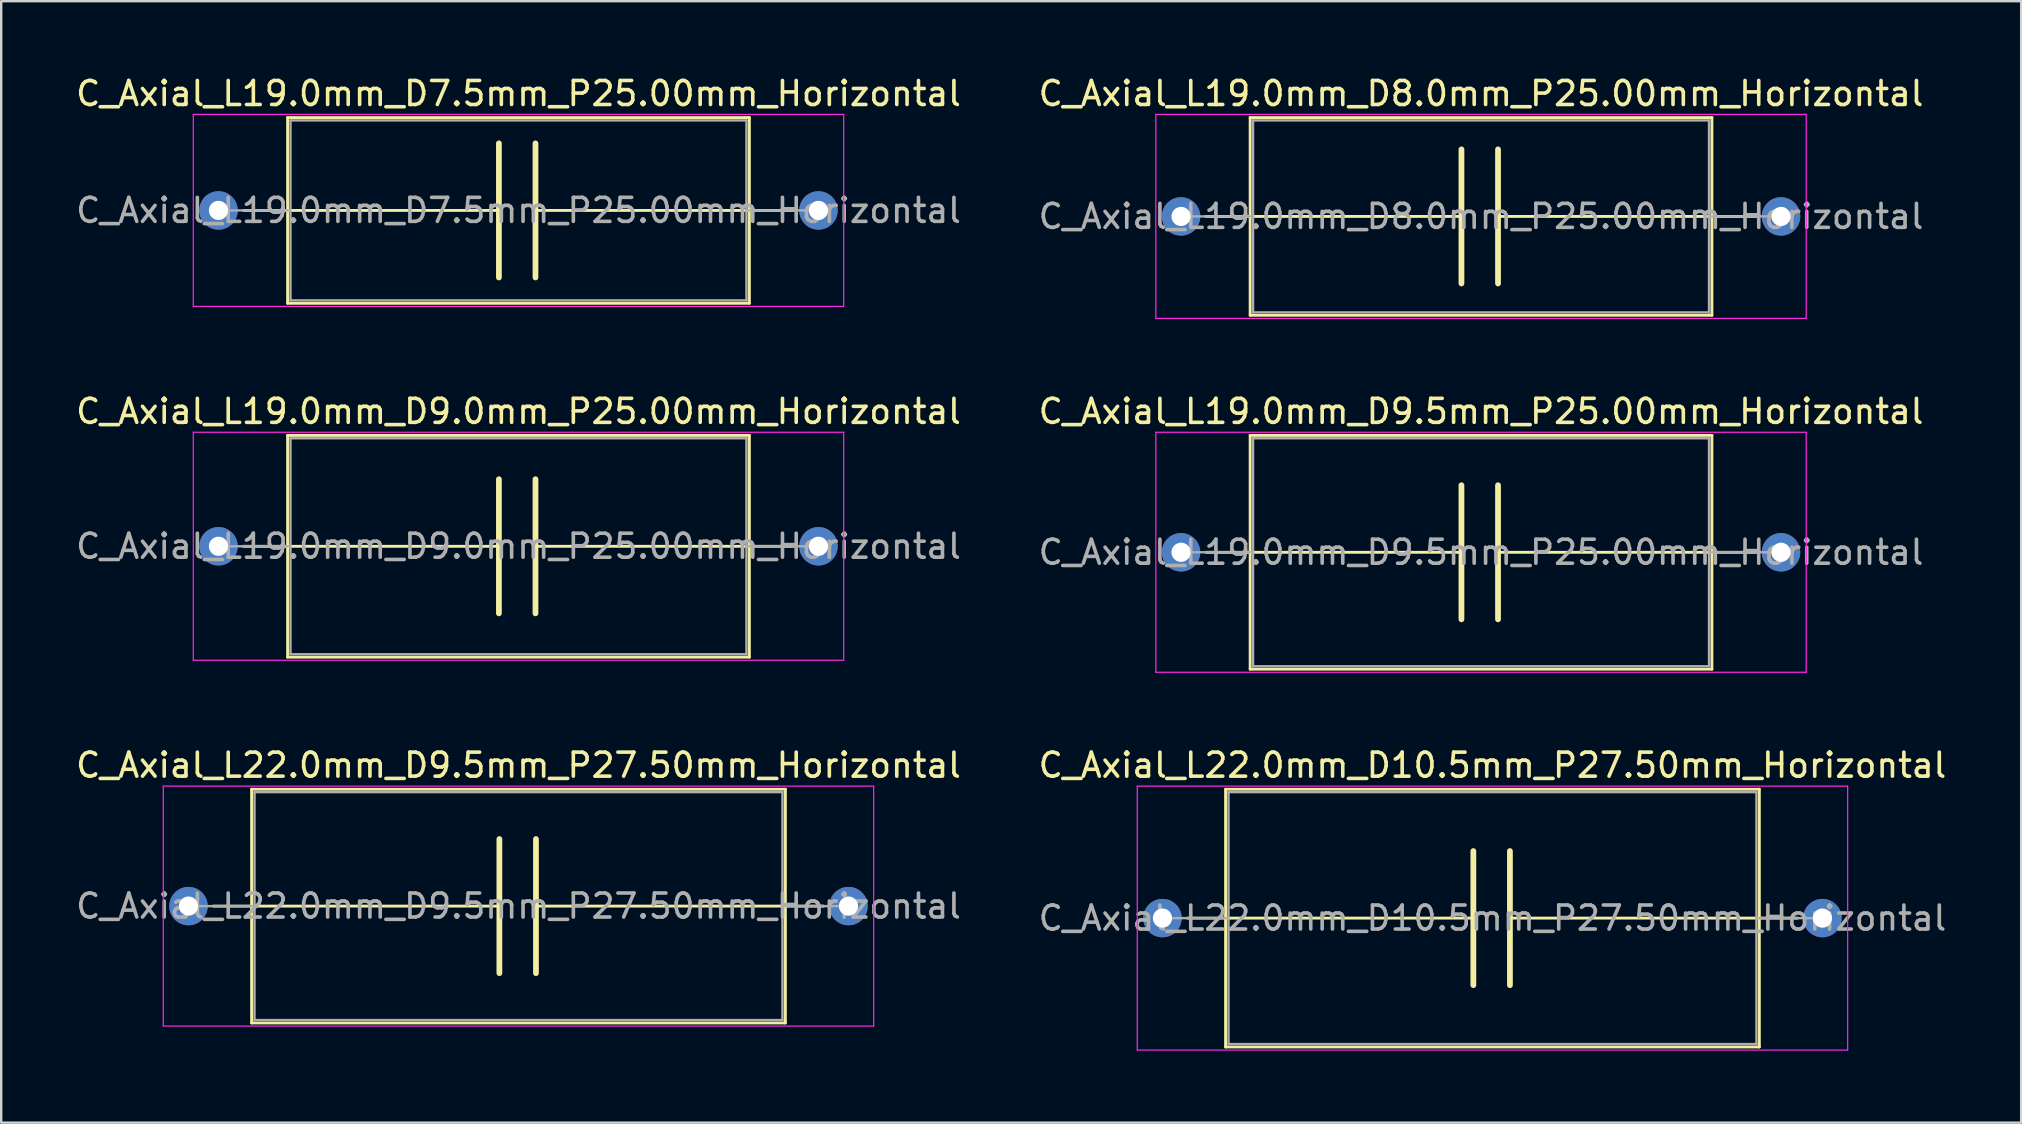
<source format=kicad_pcb>
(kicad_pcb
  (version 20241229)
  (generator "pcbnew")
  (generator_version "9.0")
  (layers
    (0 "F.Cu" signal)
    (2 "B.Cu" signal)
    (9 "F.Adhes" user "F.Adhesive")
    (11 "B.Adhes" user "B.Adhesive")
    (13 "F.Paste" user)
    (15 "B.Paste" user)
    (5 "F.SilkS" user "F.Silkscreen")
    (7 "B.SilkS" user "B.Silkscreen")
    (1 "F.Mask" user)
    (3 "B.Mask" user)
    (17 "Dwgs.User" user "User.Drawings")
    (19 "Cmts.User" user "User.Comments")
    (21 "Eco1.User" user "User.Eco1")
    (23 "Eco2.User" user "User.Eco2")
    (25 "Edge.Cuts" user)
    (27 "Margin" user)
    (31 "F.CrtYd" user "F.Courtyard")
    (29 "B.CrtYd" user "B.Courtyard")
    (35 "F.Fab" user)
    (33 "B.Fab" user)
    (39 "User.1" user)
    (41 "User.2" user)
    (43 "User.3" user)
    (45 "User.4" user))
  (footprint "C_Axial_L19.0mm_D9.5mm_P25.00mm_Horizontal"
    (layer "F.Cu")
    (at 46.161 19.962)
    (property "Reference" "C_Axial_L19.0mm_D9.5mm_P25.00mm_Horizontal" (at 12.5 -5.87 0) (layer "F.SilkS") (effects (font (size 1 1) (thickness 0.15))))
    (attr through_hole)
    (fp_line (start 1.04 0) (end 2.88 0) (stroke (width 0.12) (type solid)) (layer "F.SilkS"))
    (fp_line (start 2.88 -4.87) (end 2.88 4.87) (stroke (width 0.12) (type solid)) (layer "F.SilkS"))
    (fp_line (start 2.88 0) (end 11.684 0) (stroke (width 0.12) (type solid)) (layer "F.SilkS"))
    (fp_line (start 2.88 4.87) (end 22.12 4.87) (stroke (width 0.12) (type solid)) (layer "F.SilkS"))
    (fp_line (start 11.684 -2.794) (end 11.684 2.794) (stroke (width 0.24) (type solid)) (layer "F.SilkS"))
    (fp_line (start 13.208 2.794) (end 13.208 -2.794) (stroke (width 0.24) (type solid)) (layer "F.SilkS"))
    (fp_line (start 22.12 -4.87) (end 2.88 -4.87) (stroke (width 0.12) (type solid)) (layer "F.SilkS"))
    (fp_line (start 22.12 0) (end 13.208 0) (stroke (width 0.12) (type solid)) (layer "F.SilkS"))
    (fp_line (start 22.12 4.87) (end 22.12 -4.87) (stroke (width 0.12) (type solid)) (layer "F.SilkS"))
    (fp_line (start 23.96 0) (end 22.12 0) (stroke (width 0.12) (type solid)) (layer "F.SilkS"))
    (fp_line (start -1.05 -5) (end -1.05 5) (stroke (width 0.05) (type solid)) (layer "F.CrtYd"))
    (fp_line (start -1.05 5) (end 26.05 5) (stroke (width 0.05) (type solid)) (layer "F.CrtYd"))
    (fp_line (start 26.05 -5) (end -1.05 -5) (stroke (width 0.05) (type solid)) (layer "F.CrtYd"))
    (fp_line (start 26.05 5) (end 26.05 -5) (stroke (width 0.05) (type solid)) (layer "F.CrtYd"))
    (fp_line (start 0 0) (end 3 0) (stroke (width 0.1) (type solid)) (layer "F.Fab"))
    (fp_line (start 3 -4.75) (end 3 4.75) (stroke (width 0.1) (type solid)) (layer "F.Fab"))
    (fp_line (start 3 4.75) (end 22 4.75) (stroke (width 0.1) (type solid)) (layer "F.Fab"))
    (fp_line (start 22 -4.75) (end 3 -4.75) (stroke (width 0.1) (type solid)) (layer "F.Fab"))
    (fp_line (start 22 4.75) (end 22 -4.75) (stroke (width 0.1) (type solid)) (layer "F.Fab"))
    (fp_line (start 25 0) (end 22 0) (stroke (width 0.1) (type solid)) (layer "F.Fab"))
    (fp_text user "${REFERENCE}" (at 12.5 0 0) (layer "F.Fab") (effects (font (size 1 1) (thickness 0.15))))
    (pad "1" thru_hole circle (at 0 0) (size 1.6 1.6) (drill 0.8) (layers "*.Cu" "*.Mask"))
    (pad "2" thru_hole oval (at 25 0) (size 1.6 1.6) (drill 0.8) (layers "*.Cu" "*.Mask")))
  (footprint "C_Axial_L19.0mm_D7.5mm_P25.00mm_Horizontal"
    (layer "F.Cu")
    (at 6.054 5.718)
    (property "Reference" "C_Axial_L19.0mm_D7.5mm_P25.00mm_Horizontal" (at 12.5 -4.87 0) (layer "F.SilkS") (effects (font (size 1 1) (thickness 0.15))))
    (attr through_hole)
    (fp_line (start 1.04 0) (end 2.88 0) (stroke (width 0.12) (type solid)) (layer "F.SilkS"))
    (fp_line (start 2.88 -3.87) (end 2.88 3.87) (stroke (width 0.12) (type solid)) (layer "F.SilkS"))
    (fp_line (start 2.88 0) (end 11.684 0) (stroke (width 0.12) (type solid)) (layer "F.SilkS"))
    (fp_line (start 2.88 3.87) (end 22.12 3.87) (stroke (width 0.12) (type solid)) (layer "F.SilkS"))
    (fp_line (start 11.684 -2.794) (end 11.684 2.794) (stroke (width 0.24) (type solid)) (layer "F.SilkS"))
    (fp_line (start 13.208 2.794) (end 13.208 -2.794) (stroke (width 0.24) (type solid)) (layer "F.SilkS"))
    (fp_line (start 22.12 -3.87) (end 2.88 -3.87) (stroke (width 0.12) (type solid)) (layer "F.SilkS"))
    (fp_line (start 22.12 0) (end 13.208 0) (stroke (width 0.12) (type solid)) (layer "F.SilkS"))
    (fp_line (start 22.12 3.87) (end 22.12 -3.87) (stroke (width 0.12) (type solid)) (layer "F.SilkS"))
    (fp_line (start 23.96 0) (end 22.12 0) (stroke (width 0.12) (type solid)) (layer "F.SilkS"))
    (fp_line (start -1.05 -4) (end -1.05 4) (stroke (width 0.05) (type solid)) (layer "F.CrtYd"))
    (fp_line (start -1.05 4) (end 26.05 4) (stroke (width 0.05) (type solid)) (layer "F.CrtYd"))
    (fp_line (start 26.05 -4) (end -1.05 -4) (stroke (width 0.05) (type solid)) (layer "F.CrtYd"))
    (fp_line (start 26.05 4) (end 26.05 -4) (stroke (width 0.05) (type solid)) (layer "F.CrtYd"))
    (fp_line (start 0 0) (end 3 0) (stroke (width 0.1) (type solid)) (layer "F.Fab"))
    (fp_line (start 3 -3.75) (end 3 3.75) (stroke (width 0.1) (type solid)) (layer "F.Fab"))
    (fp_line (start 3 3.75) (end 22 3.75) (stroke (width 0.1) (type solid)) (layer "F.Fab"))
    (fp_line (start 22 -3.75) (end 3 -3.75) (stroke (width 0.1) (type solid)) (layer "F.Fab"))
    (fp_line (start 22 3.75) (end 22 -3.75) (stroke (width 0.1) (type solid)) (layer "F.Fab"))
    (fp_line (start 25 0) (end 22 0) (stroke (width 0.1) (type solid)) (layer "F.Fab"))
    (fp_text user "${REFERENCE}" (at 12.5 0 0) (layer "F.Fab") (effects (font (size 1 1) (thickness 0.15))))
    (pad "1" thru_hole circle (at 0 0) (size 1.6 1.6) (drill 0.8) (layers "*.Cu" "*.Mask"))
    (pad "2" thru_hole oval (at 25 0) (size 1.6 1.6) (drill 0.8) (layers "*.Cu" "*.Mask")))
  (footprint "C_Axial_L22.0mm_D9.5mm_P27.50mm_Horizontal"
    (layer "F.Cu")
    (at 4.804 34.705)
    (property "Reference" "C_Axial_L22.0mm_D9.5mm_P27.50mm_Horizontal" (at 13.75 -5.87 0) (layer "F.SilkS") (effects (font (size 1 1) (thickness 0.15))))
    (attr through_hole)
    (fp_line (start 1.04 0) (end 2.63 0) (stroke (width 0.12) (type solid)) (layer "F.SilkS"))
    (fp_line (start 2.63 -4.87) (end 2.63 4.87) (stroke (width 0.12) (type solid)) (layer "F.SilkS"))
    (fp_line (start 2.63 0) (end 12.954 0) (stroke (width 0.12) (type solid)) (layer "F.SilkS"))
    (fp_line (start 2.63 4.87) (end 24.87 4.87) (stroke (width 0.12) (type solid)) (layer "F.SilkS"))
    (fp_line (start 12.954 -2.794) (end 12.954 2.794) (stroke (width 0.24) (type solid)) (layer "F.SilkS"))
    (fp_line (start 14.478 2.794) (end 14.478 -2.794) (stroke (width 0.24) (type solid)) (layer "F.SilkS"))
    (fp_line (start 24.87 -4.87) (end 2.63 -4.87) (stroke (width 0.12) (type solid)) (layer "F.SilkS"))
    (fp_line (start 24.87 0) (end 14.478 0) (stroke (width 0.12) (type solid)) (layer "F.SilkS"))
    (fp_line (start 24.87 4.87) (end 24.87 -4.87) (stroke (width 0.12) (type solid)) (layer "F.SilkS"))
    (fp_line (start 26.46 0) (end 24.87 0) (stroke (width 0.12) (type solid)) (layer "F.SilkS"))
    (fp_line (start -1.05 -5) (end -1.05 5) (stroke (width 0.05) (type solid)) (layer "F.CrtYd"))
    (fp_line (start -1.05 5) (end 28.55 5) (stroke (width 0.05) (type solid)) (layer "F.CrtYd"))
    (fp_line (start 28.55 -5) (end -1.05 -5) (stroke (width 0.05) (type solid)) (layer "F.CrtYd"))
    (fp_line (start 28.55 5) (end 28.55 -5) (stroke (width 0.05) (type solid)) (layer "F.CrtYd"))
    (fp_line (start 0 0) (end 2.75 0) (stroke (width 0.1) (type solid)) (layer "F.Fab"))
    (fp_line (start 2.75 -4.75) (end 2.75 4.75) (stroke (width 0.1) (type solid)) (layer "F.Fab"))
    (fp_line (start 2.75 4.75) (end 24.75 4.75) (stroke (width 0.1) (type solid)) (layer "F.Fab"))
    (fp_line (start 24.75 -4.75) (end 2.75 -4.75) (stroke (width 0.1) (type solid)) (layer "F.Fab"))
    (fp_line (start 24.75 4.75) (end 24.75 -4.75) (stroke (width 0.1) (type solid)) (layer "F.Fab"))
    (fp_line (start 27.5 0) (end 24.75 0) (stroke (width 0.1) (type solid)) (layer "F.Fab"))
    (fp_text user "${REFERENCE}" (at 13.75 0 0) (layer "F.Fab") (effects (font (size 1 1) (thickness 0.15))))
    (pad "1" thru_hole circle (at 0 0) (size 1.6 1.6) (drill 0.8) (layers "*.Cu" "*.Mask"))
    (pad "2" thru_hole oval (at 27.5 0) (size 1.6 1.6) (drill 0.8) (layers "*.Cu" "*.Mask")))
  (footprint "C_Axial_L22.0mm_D10.5mm_P27.50mm_Horizontal"
    (layer "F.Cu")
    (at 45.387 35.205)
    (property "Reference" "C_Axial_L22.0mm_D10.5mm_P27.50mm_Horizontal" (at 13.75 -6.37 0) (layer "F.SilkS") (effects (font (size 1 1) (thickness 0.15))))
    (attr through_hole)
    (fp_line (start 1.04 0) (end 2.63 0) (stroke (width 0.12) (type solid)) (layer "F.SilkS"))
    (fp_line (start 2.63 -5.37) (end 2.63 5.37) (stroke (width 0.12) (type solid)) (layer "F.SilkS"))
    (fp_line (start 2.63 0) (end 12.954 0) (stroke (width 0.12) (type solid)) (layer "F.SilkS"))
    (fp_line (start 2.63 5.37) (end 24.87 5.37) (stroke (width 0.12) (type solid)) (layer "F.SilkS"))
    (fp_line (start 12.954 -2.794) (end 12.954 2.794) (stroke (width 0.24) (type solid)) (layer "F.SilkS"))
    (fp_line (start 14.478 2.794) (end 14.478 -2.794) (stroke (width 0.24) (type solid)) (layer "F.SilkS"))
    (fp_line (start 24.87 -5.37) (end 2.63 -5.37) (stroke (width 0.12) (type solid)) (layer "F.SilkS"))
    (fp_line (start 24.87 0) (end 14.478 0) (stroke (width 0.12) (type solid)) (layer "F.SilkS"))
    (fp_line (start 24.87 5.37) (end 24.87 -5.37) (stroke (width 0.12) (type solid)) (layer "F.SilkS"))
    (fp_line (start 26.46 0) (end 24.87 0) (stroke (width 0.12) (type solid)) (layer "F.SilkS"))
    (fp_line (start -1.05 -5.5) (end -1.05 5.5) (stroke (width 0.05) (type solid)) (layer "F.CrtYd"))
    (fp_line (start -1.05 5.5) (end 28.55 5.5) (stroke (width 0.05) (type solid)) (layer "F.CrtYd"))
    (fp_line (start 28.55 -5.5) (end -1.05 -5.5) (stroke (width 0.05) (type solid)) (layer "F.CrtYd"))
    (fp_line (start 28.55 5.5) (end 28.55 -5.5) (stroke (width 0.05) (type solid)) (layer "F.CrtYd"))
    (fp_line (start 0 0) (end 2.75 0) (stroke (width 0.1) (type solid)) (layer "F.Fab"))
    (fp_line (start 2.75 -5.25) (end 2.75 5.25) (stroke (width 0.1) (type solid)) (layer "F.Fab"))
    (fp_line (start 2.75 5.25) (end 24.75 5.25) (stroke (width 0.1) (type solid)) (layer "F.Fab"))
    (fp_line (start 24.75 -5.25) (end 2.75 -5.25) (stroke (width 0.1) (type solid)) (layer "F.Fab"))
    (fp_line (start 24.75 5.25) (end 24.75 -5.25) (stroke (width 0.1) (type solid)) (layer "F.Fab"))
    (fp_line (start 27.5 0) (end 24.75 0) (stroke (width 0.1) (type solid)) (layer "F.Fab"))
    (fp_text user "${REFERENCE}" (at 13.75 0 0) (layer "F.Fab") (effects (font (size 1 1) (thickness 0.15))))
    (pad "1" thru_hole circle (at 0 0) (size 1.6 1.6) (drill 0.8) (layers "*.Cu" "*.Mask"))
    (pad "2" thru_hole oval (at 27.5 0) (size 1.6 1.6) (drill 0.8) (layers "*.Cu" "*.Mask")))
  (footprint "C_Axial_L19.0mm_D8.0mm_P25.00mm_Horizontal"
    (layer "F.Cu")
    (at 46.161 5.968)
    (property "Reference" "C_Axial_L19.0mm_D8.0mm_P25.00mm_Horizontal" (at 12.5 -5.12 0) (layer "F.SilkS") (effects (font (size 1 1) (thickness 0.15))))
    (attr through_hole)
    (fp_line (start 1.04 0) (end 2.88 0) (stroke (width 0.12) (type solid)) (layer "F.SilkS"))
    (fp_line (start 2.88 -4.12) (end 2.88 4.12) (stroke (width 0.12) (type solid)) (layer "F.SilkS"))
    (fp_line (start 2.88 0) (end 11.684 0) (stroke (width 0.12) (type solid)) (layer "F.SilkS"))
    (fp_line (start 2.88 4.12) (end 22.12 4.12) (stroke (width 0.12) (type solid)) (layer "F.SilkS"))
    (fp_line (start 11.684 -2.794) (end 11.684 2.794) (stroke (width 0.24) (type solid)) (layer "F.SilkS"))
    (fp_line (start 13.208 2.794) (end 13.208 -2.794) (stroke (width 0.24) (type solid)) (layer "F.SilkS"))
    (fp_line (start 22.12 -4.12) (end 2.88 -4.12) (stroke (width 0.12) (type solid)) (layer "F.SilkS"))
    (fp_line (start 22.12 0) (end 13.208 0) (stroke (width 0.12) (type solid)) (layer "F.SilkS"))
    (fp_line (start 22.12 4.12) (end 22.12 -4.12) (stroke (width 0.12) (type solid)) (layer "F.SilkS"))
    (fp_line (start 23.96 0) (end 22.12 0) (stroke (width 0.12) (type solid)) (layer "F.SilkS"))
    (fp_line (start -1.05 -4.25) (end -1.05 4.25) (stroke (width 0.05) (type solid)) (layer "F.CrtYd"))
    (fp_line (start -1.05 4.25) (end 26.05 4.25) (stroke (width 0.05) (type solid)) (layer "F.CrtYd"))
    (fp_line (start 26.05 -4.25) (end -1.05 -4.25) (stroke (width 0.05) (type solid)) (layer "F.CrtYd"))
    (fp_line (start 26.05 4.25) (end 26.05 -4.25) (stroke (width 0.05) (type solid)) (layer "F.CrtYd"))
    (fp_line (start 0 0) (end 3 0) (stroke (width 0.1) (type solid)) (layer "F.Fab"))
    (fp_line (start 3 -4) (end 3 4) (stroke (width 0.1) (type solid)) (layer "F.Fab"))
    (fp_line (start 3 4) (end 22 4) (stroke (width 0.1) (type solid)) (layer "F.Fab"))
    (fp_line (start 22 -4) (end 3 -4) (stroke (width 0.1) (type solid)) (layer "F.Fab"))
    (fp_line (start 22 4) (end 22 -4) (stroke (width 0.1) (type solid)) (layer "F.Fab"))
    (fp_line (start 25 0) (end 22 0) (stroke (width 0.1) (type solid)) (layer "F.Fab"))
    (fp_text user "${REFERENCE}" (at 12.5 0 0) (layer "F.Fab") (effects (font (size 1 1) (thickness 0.15))))
    (pad "1" thru_hole circle (at 0 0) (size 1.6 1.6) (drill 0.8) (layers "*.Cu" "*.Mask"))
    (pad "2" thru_hole oval (at 25 0) (size 1.6 1.6) (drill 0.8) (layers "*.Cu" "*.Mask")))
  (footprint "C_Axial_L19.0mm_D9.0mm_P25.00mm_Horizontal"
    (layer "F.Cu")
    (at 6.054 19.712)
    (property "Reference" "C_Axial_L19.0mm_D9.0mm_P25.00mm_Horizontal" (at 12.5 -5.62 0) (layer "F.SilkS") (effects (font (size 1 1) (thickness 0.15))))
    (attr through_hole)
    (fp_line (start 1.04 0) (end 2.88 0) (stroke (width 0.12) (type solid)) (layer "F.SilkS"))
    (fp_line (start 2.88 -4.62) (end 2.88 4.62) (stroke (width 0.12) (type solid)) (layer "F.SilkS"))
    (fp_line (start 2.88 0) (end 11.684 0) (stroke (width 0.12) (type solid)) (layer "F.SilkS"))
    (fp_line (start 2.88 4.62) (end 22.12 4.62) (stroke (width 0.12) (type solid)) (layer "F.SilkS"))
    (fp_line (start 11.684 -2.794) (end 11.684 2.794) (stroke (width 0.24) (type solid)) (layer "F.SilkS"))
    (fp_line (start 13.208 2.794) (end 13.208 -2.794) (stroke (width 0.24) (type solid)) (layer "F.SilkS"))
    (fp_line (start 22.12 -4.62) (end 2.88 -4.62) (stroke (width 0.12) (type solid)) (layer "F.SilkS"))
    (fp_line (start 22.12 0) (end 13.208 0) (stroke (width 0.12) (type solid)) (layer "F.SilkS"))
    (fp_line (start 22.12 4.62) (end 22.12 -4.62) (stroke (width 0.12) (type solid)) (layer "F.SilkS"))
    (fp_line (start 23.96 0) (end 22.12 0) (stroke (width 0.12) (type solid)) (layer "F.SilkS"))
    (fp_line (start -1.05 -4.75) (end -1.05 4.75) (stroke (width 0.05) (type solid)) (layer "F.CrtYd"))
    (fp_line (start -1.05 4.75) (end 26.05 4.75) (stroke (width 0.05) (type solid)) (layer "F.CrtYd"))
    (fp_line (start 26.05 -4.75) (end -1.05 -4.75) (stroke (width 0.05) (type solid)) (layer "F.CrtYd"))
    (fp_line (start 26.05 4.75) (end 26.05 -4.75) (stroke (width 0.05) (type solid)) (layer "F.CrtYd"))
    (fp_line (start 0 0) (end 3 0) (stroke (width 0.1) (type solid)) (layer "F.Fab"))
    (fp_line (start 3 -4.5) (end 3 4.5) (stroke (width 0.1) (type solid)) (layer "F.Fab"))
    (fp_line (start 3 4.5) (end 22 4.5) (stroke (width 0.1) (type solid)) (layer "F.Fab"))
    (fp_line (start 22 -4.5) (end 3 -4.5) (stroke (width 0.1) (type solid)) (layer "F.Fab"))
    (fp_line (start 22 4.5) (end 22 -4.5) (stroke (width 0.1) (type solid)) (layer "F.Fab"))
    (fp_line (start 25 0) (end 22 0) (stroke (width 0.1) (type solid)) (layer "F.Fab"))
    (fp_text user "${REFERENCE}" (at 12.5 0 0) (layer "F.Fab") (effects (font (size 1 1) (thickness 0.15))))
    (pad "1" thru_hole circle (at 0 0) (size 1.6 1.6) (drill 0.8) (layers "*.Cu" "*.Mask"))
    (pad "2" thru_hole oval (at 25 0) (size 1.6 1.6) (drill 0.8) (layers "*.Cu" "*.Mask")))
  (gr_rect
    (start -3 -3)
    (end 81.167 43.73)
    (stroke (width 0.1) (type default))
    (fill no)
    (layer "Edge.Cuts")))
</source>
